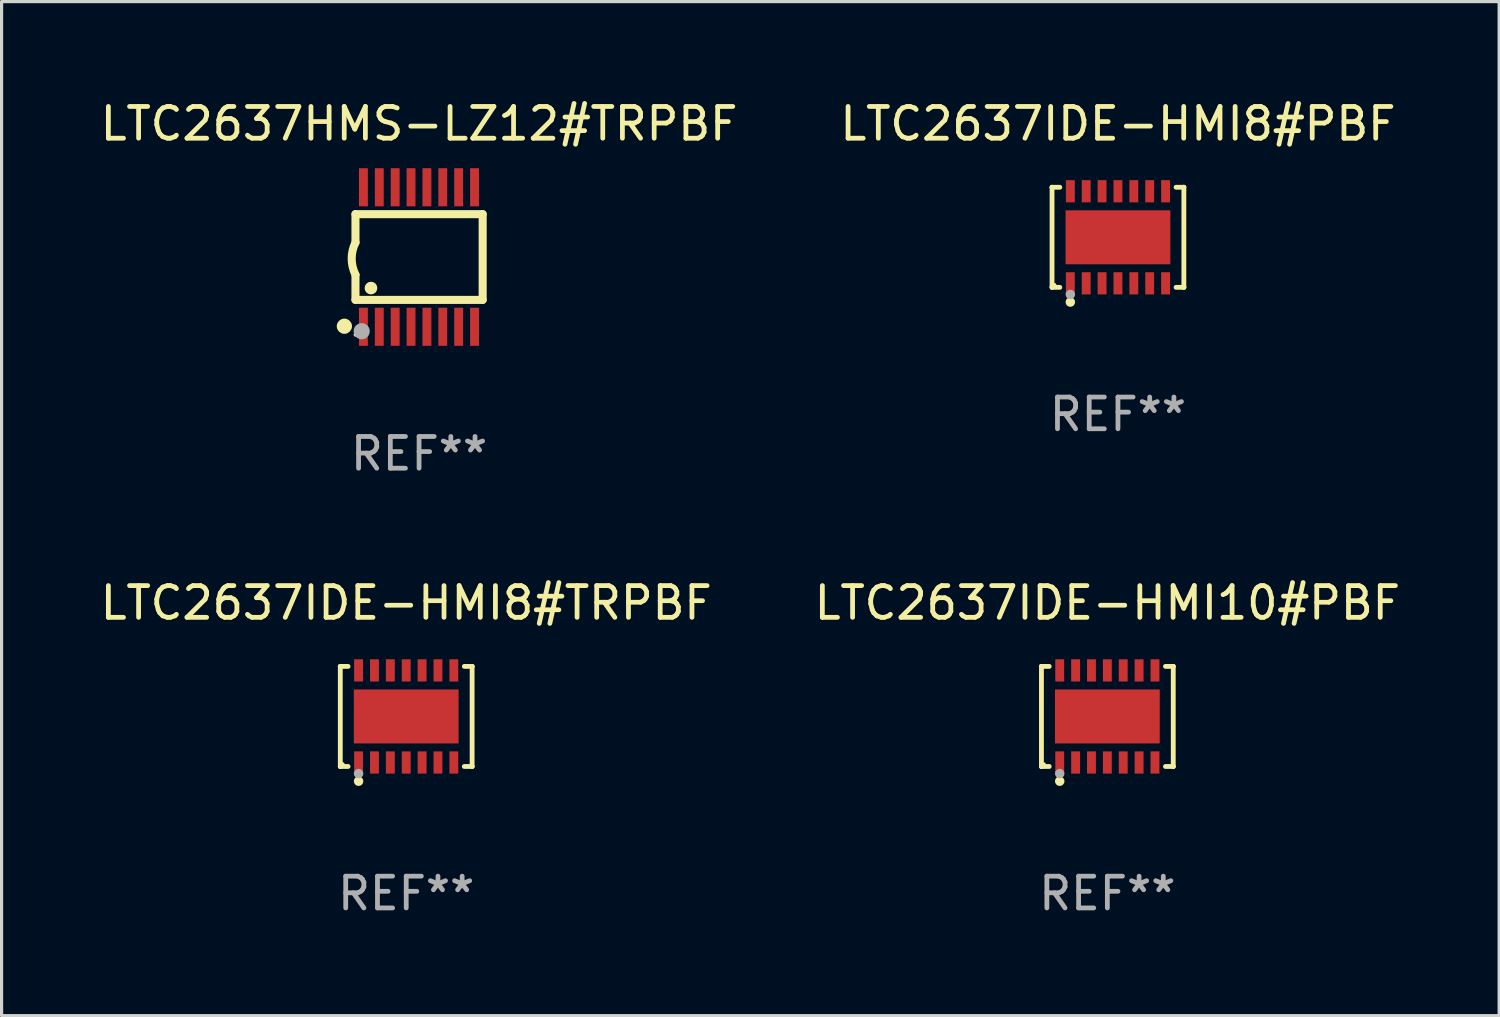
<source format=kicad_pcb>
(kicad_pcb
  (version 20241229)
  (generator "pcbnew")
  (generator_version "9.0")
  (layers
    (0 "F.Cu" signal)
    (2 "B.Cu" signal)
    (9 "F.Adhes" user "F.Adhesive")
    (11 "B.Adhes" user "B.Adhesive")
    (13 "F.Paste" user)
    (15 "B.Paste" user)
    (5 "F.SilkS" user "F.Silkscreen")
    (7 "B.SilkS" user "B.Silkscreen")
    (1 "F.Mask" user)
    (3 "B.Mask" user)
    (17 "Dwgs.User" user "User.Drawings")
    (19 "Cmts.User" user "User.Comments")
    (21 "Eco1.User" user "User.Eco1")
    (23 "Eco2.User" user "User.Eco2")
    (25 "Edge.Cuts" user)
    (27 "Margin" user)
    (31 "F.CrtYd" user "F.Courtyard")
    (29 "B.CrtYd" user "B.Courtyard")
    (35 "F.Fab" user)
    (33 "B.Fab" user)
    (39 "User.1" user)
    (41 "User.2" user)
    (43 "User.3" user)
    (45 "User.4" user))
  (footprint "LTC2637IDE-HMI8#TRPBF"
    (layer "F.Cu")
    (at 9.744 19.515)
    (property "Reference" "LTC2637IDE-HMI8#TRPBF" (at 0 -3.576 0) (layer "F.SilkS") (effects (font (size 1 1) (thickness 0.15))))
    (attr through_hole)
    (fp_line (start -2.076 -1.576) (end -2.076 -1.576) (stroke (width 0.152) (type solid)) (layer "F.SilkS"))
    (fp_line (start -2.076 -1.576) (end -1.831 -1.576) (stroke (width 0.152) (type solid)) (layer "F.SilkS"))
    (fp_line (start -2.076 1.576) (end -2.076 -1.576) (stroke (width 0.152) (type solid)) (layer "F.SilkS"))
    (fp_line (start -2.076 1.576) (end -2.076 1.576) (stroke (width 0.152) (type solid)) (layer "F.SilkS"))
    (fp_line (start -1.831 1.576) (end -2.076 1.576) (stroke (width 0.152) (type solid)) (layer "F.SilkS"))
    (fp_line (start 1.831 1.576) (end 2.076 1.576) (stroke (width 0.152) (type solid)) (layer "F.SilkS"))
    (fp_line (start 2.076 -1.576) (end 1.831 -1.576) (stroke (width 0.152) (type solid)) (layer "F.SilkS"))
    (fp_line (start 2.076 -1.576) (end 2.076 -1.576) (stroke (width 0.152) (type solid)) (layer "F.SilkS"))
    (fp_line (start 2.076 1.576) (end 2.076 -1.576) (stroke (width 0.152) (type solid)) (layer "F.SilkS"))
    (fp_line (start 2.076 1.576) (end 2.076 1.576) (stroke (width 0.152) (type solid)) (layer "F.SilkS"))
    (fp_circle (center -2 1.5) (end -1.97 1.5) (stroke (width 0.06) (type solid)) (fill no) (layer "F.SilkS"))
    (fp_circle (center -1.5 2.04) (end -1.425 2.04) (stroke (width 0.15) (type solid)) (fill no) (layer "F.SilkS"))
    (fp_circle (center -1.5 1.8) (end -1.425 1.8) (stroke (width 0.15) (type solid)) (fill no) (layer "F.Fab"))
    (fp_text user "REF**" (at 0 5.576 0) (layer "F.Fab") (effects (font (size 1 1) (thickness 0.15))))
    (pad "1" smd rect (at -1.5 1.45) (size 0.28 0.7) (layers "F.Cu" "F.Mask" "F.Paste"))
    (pad "2" smd rect (at -1 1.45) (size 0.28 0.7) (layers "F.Cu" "F.Mask" "F.Paste"))
    (pad "3" smd rect (at -0.5 1.45) (size 0.28 0.7) (layers "F.Cu" "F.Mask" "F.Paste"))
    (pad "4" smd rect (at 0 1.45) (size 0.28 0.7) (layers "F.Cu" "F.Mask" "F.Paste"))
    (pad "5" smd rect (at 0.5 1.45) (size 0.28 0.7) (layers "F.Cu" "F.Mask" "F.Paste"))
    (pad "6" smd rect (at 1 1.45) (size 0.28 0.7) (layers "F.Cu" "F.Mask" "F.Paste"))
    (pad "7" smd rect (at 1.5 1.45) (size 0.28 0.7) (layers "F.Cu" "F.Mask" "F.Paste"))
    (pad "8" smd rect (at 1.5 -1.45) (size 0.28 0.7) (layers "F.Cu" "F.Mask" "F.Paste"))
    (pad "9" smd rect (at 1 -1.45) (size 0.28 0.7) (layers "F.Cu" "F.Mask" "F.Paste"))
    (pad "10" smd rect (at 0.5 -1.45) (size 0.28 0.7) (layers "F.Cu" "F.Mask" "F.Paste"))
    (pad "11" smd rect (at 0 -1.45) (size 0.28 0.7) (layers "F.Cu" "F.Mask" "F.Paste"))
    (pad "12" smd rect (at -0.5 -1.45) (size 0.28 0.7) (layers "F.Cu" "F.Mask" "F.Paste"))
    (pad "13" smd rect (at -1 -1.45) (size 0.28 0.7) (layers "F.Cu" "F.Mask" "F.Paste"))
    (pad "14" smd rect (at -1.5 -1.45) (size 0.28 0.7) (layers "F.Cu" "F.Mask" "F.Paste"))
    (pad "15" smd rect (at 0 0) (size 3.3 1.7) (layers "F.Cu" "F.Mask" "F.Paste")))
  (footprint "LTC2637IDE-HMI8#PBF"
    (layer "F.Cu")
    (at 32.161 4.424)
    (property "Reference" "LTC2637IDE-HMI8#PBF" (at 0 -3.576 0) (layer "F.SilkS") (effects (font (size 1 1) (thickness 0.15))))
    (attr through_hole)
    (fp_line (start -2.076 -1.576) (end -2.076 -1.576) (stroke (width 0.152) (type solid)) (layer "F.SilkS"))
    (fp_line (start -2.076 -1.576) (end -1.831 -1.576) (stroke (width 0.152) (type solid)) (layer "F.SilkS"))
    (fp_line (start -2.076 1.576) (end -2.076 -1.576) (stroke (width 0.152) (type solid)) (layer "F.SilkS"))
    (fp_line (start -2.076 1.576) (end -2.076 1.576) (stroke (width 0.152) (type solid)) (layer "F.SilkS"))
    (fp_line (start -1.831 1.576) (end -2.076 1.576) (stroke (width 0.152) (type solid)) (layer "F.SilkS"))
    (fp_line (start 1.831 1.576) (end 2.076 1.576) (stroke (width 0.152) (type solid)) (layer "F.SilkS"))
    (fp_line (start 2.076 -1.576) (end 1.831 -1.576) (stroke (width 0.152) (type solid)) (layer "F.SilkS"))
    (fp_line (start 2.076 -1.576) (end 2.076 -1.576) (stroke (width 0.152) (type solid)) (layer "F.SilkS"))
    (fp_line (start 2.076 1.576) (end 2.076 -1.576) (stroke (width 0.152) (type solid)) (layer "F.SilkS"))
    (fp_line (start 2.076 1.576) (end 2.076 1.576) (stroke (width 0.152) (type solid)) (layer "F.SilkS"))
    (fp_circle (center -2 1.5) (end -1.97 1.5) (stroke (width 0.06) (type solid)) (fill no) (layer "F.SilkS"))
    (fp_circle (center -1.5 2.04) (end -1.425 2.04) (stroke (width 0.15) (type solid)) (fill no) (layer "F.SilkS"))
    (fp_circle (center -1.5 1.8) (end -1.425 1.8) (stroke (width 0.15) (type solid)) (fill no) (layer "F.Fab"))
    (fp_text user "REF**" (at 0 5.576 0) (layer "F.Fab") (effects (font (size 1 1) (thickness 0.15))))
    (pad "1" smd rect (at -1.5 1.45) (size 0.28 0.7) (layers "F.Cu" "F.Mask" "F.Paste"))
    (pad "2" smd rect (at -1 1.45) (size 0.28 0.7) (layers "F.Cu" "F.Mask" "F.Paste"))
    (pad "3" smd rect (at -0.5 1.45) (size 0.28 0.7) (layers "F.Cu" "F.Mask" "F.Paste"))
    (pad "4" smd rect (at 0 1.45) (size 0.28 0.7) (layers "F.Cu" "F.Mask" "F.Paste"))
    (pad "5" smd rect (at 0.5 1.45) (size 0.28 0.7) (layers "F.Cu" "F.Mask" "F.Paste"))
    (pad "6" smd rect (at 1 1.45) (size 0.28 0.7) (layers "F.Cu" "F.Mask" "F.Paste"))
    (pad "7" smd rect (at 1.5 1.45) (size 0.28 0.7) (layers "F.Cu" "F.Mask" "F.Paste"))
    (pad "8" smd rect (at 1.5 -1.45) (size 0.28 0.7) (layers "F.Cu" "F.Mask" "F.Paste"))
    (pad "9" smd rect (at 1 -1.45) (size 0.28 0.7) (layers "F.Cu" "F.Mask" "F.Paste"))
    (pad "10" smd rect (at 0.5 -1.45) (size 0.28 0.7) (layers "F.Cu" "F.Mask" "F.Paste"))
    (pad "11" smd rect (at 0 -1.45) (size 0.28 0.7) (layers "F.Cu" "F.Mask" "F.Paste"))
    (pad "12" smd rect (at -0.5 -1.45) (size 0.28 0.7) (layers "F.Cu" "F.Mask" "F.Paste"))
    (pad "13" smd rect (at -1 -1.45) (size 0.28 0.7) (layers "F.Cu" "F.Mask" "F.Paste"))
    (pad "14" smd rect (at -1.5 -1.45) (size 0.28 0.7) (layers "F.Cu" "F.Mask" "F.Paste"))
    (pad "15" smd rect (at 0 0) (size 3.3 1.7) (layers "F.Cu" "F.Mask" "F.Paste")))
  (footprint "LTC2637IDE-HMI10#PBF"
    (layer "F.Cu")
    (at 31.827 19.515)
    (property "Reference" "LTC2637IDE-HMI10#PBF" (at 0 -3.576 0) (layer "F.SilkS") (effects (font (size 1 1) (thickness 0.15))))
    (attr through_hole)
    (fp_line (start -2.076 -1.576) (end -2.076 -1.576) (stroke (width 0.152) (type solid)) (layer "F.SilkS"))
    (fp_line (start -2.076 -1.576) (end -1.831 -1.576) (stroke (width 0.152) (type solid)) (layer "F.SilkS"))
    (fp_line (start -2.076 1.576) (end -2.076 -1.576) (stroke (width 0.152) (type solid)) (layer "F.SilkS"))
    (fp_line (start -2.076 1.576) (end -2.076 1.576) (stroke (width 0.152) (type solid)) (layer "F.SilkS"))
    (fp_line (start -1.831 1.576) (end -2.076 1.576) (stroke (width 0.152) (type solid)) (layer "F.SilkS"))
    (fp_line (start 1.831 1.576) (end 2.076 1.576) (stroke (width 0.152) (type solid)) (layer "F.SilkS"))
    (fp_line (start 2.076 -1.576) (end 1.831 -1.576) (stroke (width 0.152) (type solid)) (layer "F.SilkS"))
    (fp_line (start 2.076 -1.576) (end 2.076 -1.576) (stroke (width 0.152) (type solid)) (layer "F.SilkS"))
    (fp_line (start 2.076 1.576) (end 2.076 -1.576) (stroke (width 0.152) (type solid)) (layer "F.SilkS"))
    (fp_line (start 2.076 1.576) (end 2.076 1.576) (stroke (width 0.152) (type solid)) (layer "F.SilkS"))
    (fp_circle (center -2 1.5) (end -1.97 1.5) (stroke (width 0.06) (type solid)) (fill no) (layer "F.SilkS"))
    (fp_circle (center -1.5 2.04) (end -1.425 2.04) (stroke (width 0.15) (type solid)) (fill no) (layer "F.SilkS"))
    (fp_circle (center -1.5 1.8) (end -1.425 1.8) (stroke (width 0.15) (type solid)) (fill no) (layer "F.Fab"))
    (fp_text user "REF**" (at 0 5.576 0) (layer "F.Fab") (effects (font (size 1 1) (thickness 0.15))))
    (pad "1" smd rect (at -1.5 1.45) (size 0.28 0.7) (layers "F.Cu" "F.Mask" "F.Paste"))
    (pad "2" smd rect (at -1 1.45) (size 0.28 0.7) (layers "F.Cu" "F.Mask" "F.Paste"))
    (pad "3" smd rect (at -0.5 1.45) (size 0.28 0.7) (layers "F.Cu" "F.Mask" "F.Paste"))
    (pad "4" smd rect (at 0 1.45) (size 0.28 0.7) (layers "F.Cu" "F.Mask" "F.Paste"))
    (pad "5" smd rect (at 0.5 1.45) (size 0.28 0.7) (layers "F.Cu" "F.Mask" "F.Paste"))
    (pad "6" smd rect (at 1 1.45) (size 0.28 0.7) (layers "F.Cu" "F.Mask" "F.Paste"))
    (pad "7" smd rect (at 1.5 1.45) (size 0.28 0.7) (layers "F.Cu" "F.Mask" "F.Paste"))
    (pad "8" smd rect (at 1.5 -1.45) (size 0.28 0.7) (layers "F.Cu" "F.Mask" "F.Paste"))
    (pad "9" smd rect (at 1 -1.45) (size 0.28 0.7) (layers "F.Cu" "F.Mask" "F.Paste"))
    (pad "10" smd rect (at 0.5 -1.45) (size 0.28 0.7) (layers "F.Cu" "F.Mask" "F.Paste"))
    (pad "11" smd rect (at 0 -1.45) (size 0.28 0.7) (layers "F.Cu" "F.Mask" "F.Paste"))
    (pad "12" smd rect (at -0.5 -1.45) (size 0.28 0.7) (layers "F.Cu" "F.Mask" "F.Paste"))
    (pad "13" smd rect (at -1 -1.45) (size 0.28 0.7) (layers "F.Cu" "F.Mask" "F.Paste"))
    (pad "14" smd rect (at -1.5 -1.45) (size 0.28 0.7) (layers "F.Cu" "F.Mask" "F.Paste"))
    (pad "15" smd rect (at 0 0) (size 3.3 1.7) (layers "F.Cu" "F.Mask" "F.Paste")))
  (footprint "LTC2637HMS-LZ12#TRPBF"
    (layer "F.Cu")
    (at 10.149 5.045)
    (property "Reference" "LTC2637HMS-LZ12#TRPBF" (at 0 -4.197 0) (layer "F.SilkS") (effects (font (size 1 1) (thickness 0.15))))
    (attr through_hole)
    (fp_line (start -2.003 -1.35) (end -2.003 -0.457) (stroke (width 0.254) (type solid)) (layer "F.SilkS"))
    (fp_line (start -2.003 -1.35) (end 2.003 -1.35) (stroke (width 0.254) (type solid)) (layer "F.SilkS"))
    (fp_line (start -2.003 1.35) (end -2.003 0.559) (stroke (width 0.254) (type solid)) (layer "F.SilkS"))
    (fp_line (start -2.003 1.35) (end 2.003 1.35) (stroke (width 0.254) (type solid)) (layer "F.SilkS"))
    (fp_line (start 2.003 -1.35) (end 2.003 1.35) (stroke (width 0.254) (type solid)) (layer "F.SilkS"))
    (fp_arc (start -2.002286 0.558802) (mid -2.122556 0.05092) (end -2.003302 -0.457201) (stroke (width 0.254001) (type solid)) (layer "F.SilkS"))
    (fp_circle (center -2.353 2.18) (end -2.233 2.18) (stroke (width 0.24) (type solid)) (fill no) (layer "F.SilkS"))
    (fp_circle (center -2.003 2.45) (end -1.973 2.45) (stroke (width 0.06) (type solid)) (fill no) (layer "F.SilkS"))
    (fp_circle (center -1.515 0.978) (end -1.415 0.978) (stroke (width 0.2) (type solid)) (fill no) (layer "F.SilkS"))
    (fp_circle (center -1.807 2.337) (end -1.68 2.337) (stroke (width 0.254) (type solid)) (fill no) (layer "F.Fab"))
    (fp_text user "REF**" (at 0 6.197 0) (layer "F.Fab") (effects (font (size 1 1) (thickness 0.15))))
    (pad "1" smd rect (at -1.753 2.197 90) (size 1.2 0.28) (layers "F.Cu" "F.Mask" "F.Paste"))
    (pad "2" smd rect (at -1.253 2.197 90) (size 1.2 0.28) (layers "F.Cu" "F.Mask" "F.Paste"))
    (pad "3" smd rect (at -0.753 2.197 90) (size 1.2 0.28) (layers "F.Cu" "F.Mask" "F.Paste"))
    (pad "4" smd rect (at -0.253 2.197 90) (size 1.2 0.28) (layers "F.Cu" "F.Mask" "F.Paste"))
    (pad "5" smd rect (at 0.247 2.197 90) (size 1.2 0.28) (layers "F.Cu" "F.Mask" "F.Paste"))
    (pad "6" smd rect (at 0.747 2.197 90) (size 1.2 0.28) (layers "F.Cu" "F.Mask" "F.Paste"))
    (pad "7" smd rect (at 1.247 2.197 90) (size 1.2 0.28) (layers "F.Cu" "F.Mask" "F.Paste"))
    (pad "8" smd rect (at 1.747 2.197 90) (size 1.2 0.28) (layers "F.Cu" "F.Mask" "F.Paste"))
    (pad "9" smd rect (at 1.747 -2.197 90) (size 1.2 0.28) (layers "F.Cu" "F.Mask" "F.Paste"))
    (pad "10" smd rect (at 1.247 -2.197 90) (size 1.2 0.28) (layers "F.Cu" "F.Mask" "F.Paste"))
    (pad "11" smd rect (at 0.747 -2.197 90) (size 1.2 0.28) (layers "F.Cu" "F.Mask" "F.Paste"))
    (pad "12" smd rect (at 0.247 -2.197 90) (size 1.2 0.28) (layers "F.Cu" "F.Mask" "F.Paste"))
    (pad "13" smd rect (at -0.253 -2.197 90) (size 1.2 0.28) (layers "F.Cu" "F.Mask" "F.Paste"))
    (pad "14" smd rect (at -0.753 -2.197 90) (size 1.2 0.28) (layers "F.Cu" "F.Mask" "F.Paste"))
    (pad "15" smd rect (at -1.253 -2.197 90) (size 1.2 0.28) (layers "F.Cu" "F.Mask" "F.Paste"))
    (pad "16" smd rect (at -1.753 -2.197 90) (size 1.2 0.28) (layers "F.Cu" "F.Mask" "F.Paste")))
  (gr_rect
    (start -3 -3)
    (end 44.167 28.94)
    (stroke (width 0.1) (type default))
    (fill no)
    (layer "Edge.Cuts")))
</source>
